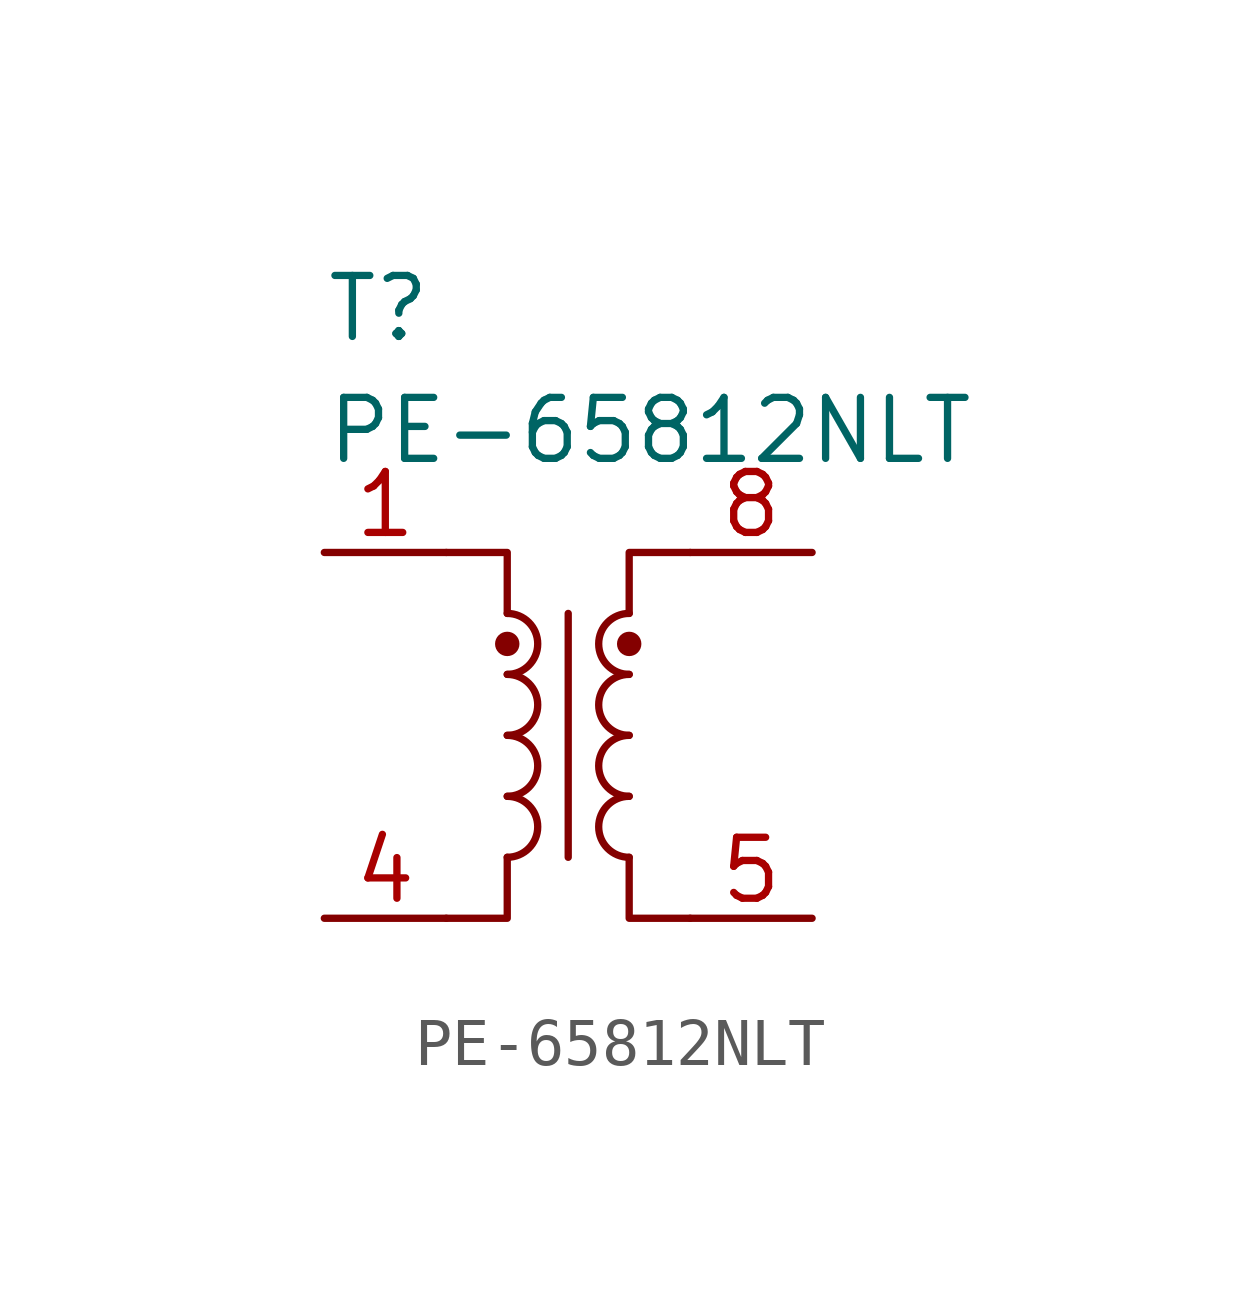
<source format=kicad_sym>
(kicad_symbol_lib
  (version 20220914)
  (generator kicad_symbol_editor)
  (symbol "PE-65812NLT"
    (pin_names
      (offset 0.762))
    (property "Reference" "T"
      (at -5.08 8.89 0)
      (effects (font (size 1.27 1.27)) (justify left)))
    (property "Value" "PE-65812NLT"
      (at -5.08 6.35 0)
      (effects (font (size 1.27 1.27)) (justify left)))
    (symbol "PE-65812NLT_0_1"
      (arc (start -1.27 0) (mid -0.6377 0.635) (end -1.27 1.27) (stroke (width 0) (type solid)) (fill (type none)))
      (arc (start -1.27 1.27) (mid -0.6377 1.905) (end -1.27 2.54) (stroke (width 0) (type solid)) (fill (type none)))
      (circle (center -1.27 1.905) (radius 0.178) (stroke (width 0) (type solid)) (fill (type outline)))
      (polyline (pts (xy 0 2.54) (xy 0 -2.54)) (stroke (width 0) (type solid)) (fill (type none)))
      (polyline (pts (xy -1.27 -2.54) (xy -1.27 -3.81) (xy -2.54 -3.81)) (stroke (width 0) (type solid)) (fill (type none)))
      (polyline (pts (xy -1.27 2.54) (xy -1.27 3.81) (xy -2.54 3.81)) (stroke (width 0) (type solid)) (fill (type none)))
      (polyline (pts (xy 1.27 -2.54) (xy 1.27 -3.81) (xy 2.54 -3.81)) (stroke (width 0) (type solid)) (fill (type none)))
      (polyline (pts (xy 1.27 2.54) (xy 1.27 3.81) (xy 2.54 3.81)) (stroke (width 0) (type solid)) (fill (type none)))
      (circle (center 1.27 1.905) (radius 0.178) (stroke (width 0) (type solid)) (fill (type outline))))
    (symbol "PE-65812NLT_1_0"
      (pin no_connect line (at -6.35 0 0) (length 5.08) hide (name "NC_1" (effects (font (size 1.27 1.27)))) (number "2" (effects (font (size 1.27 1.27)))))
      (pin no_connect line (at -6.35 0 0) (length 5.08) hide (name "NC_2" (effects (font (size 1.27 1.27)))) (number "3" (effects (font (size 1.27 1.27)))))
      (pin no_connect line (at 6.35 0 180) (length 5.08) hide (name "NC_3" (effects (font (size 1.27 1.27)))) (number "6" (effects (font (size 1.27 1.27)))))
      (pin no_connect line (at 6.35 0 180) (length 5.08) hide (name "NC_4" (effects (font (size 1.27 1.27)))) (number "7" (effects (font (size 1.27 1.27))))))
    (symbol "PE-65812NLT_1_1"
      (arc (start -1.27 -2.54) (mid -0.6377 -1.905) (end -1.27 -1.27) (stroke (width 0) (type solid)) (fill (type none)))
      (arc (start -1.27 -1.27) (mid -0.6377 -0.635) (end -1.27 0) (stroke (width 0) (type solid)) (fill (type none)))
      (arc (start 1.27 -1.27) (mid 0.6377 -1.905) (end 1.27 -2.54) (stroke (width 0) (type solid)) (fill (type none)))
      (arc (start 1.27 0) (mid 0.6377 -0.635) (end 1.27 -1.27) (stroke (width 0) (type solid)) (fill (type none)))
      (arc (start 1.27 1.27) (mid 0.6377 0.635) (end 1.27 0) (stroke (width 0) (type solid)) (fill (type none)))
      (arc (start 1.27 2.54) (mid 0.6377 1.905) (end 1.27 1.27) (stroke (width 0) (type solid)) (fill (type none)))
      (pin input line (at -5.08 3.81 0) (length 2.54) (name "~" (effects (font (size 1.27 1.27)))) (number "1" (effects (font (size 1.27 1.27)))))
      (pin input line (at -5.08 -3.81 0) (length 2.54) (name "~" (effects (font (size 1.27 1.27)))) (number "4" (effects (font (size 1.27 1.27)))))
      (pin input line (at 5.08 -3.81 180) (length 2.54) (name "~" (effects (font (size 1.27 1.27)))) (number "5" (effects (font (size 1.27 1.27)))))
      (pin input line (at 5.08 3.81 180) (length 2.54) (name "~" (effects (font (size 1.27 1.27)))) (number "8" (effects (font (size 1.27 1.27))))))))
</source>
